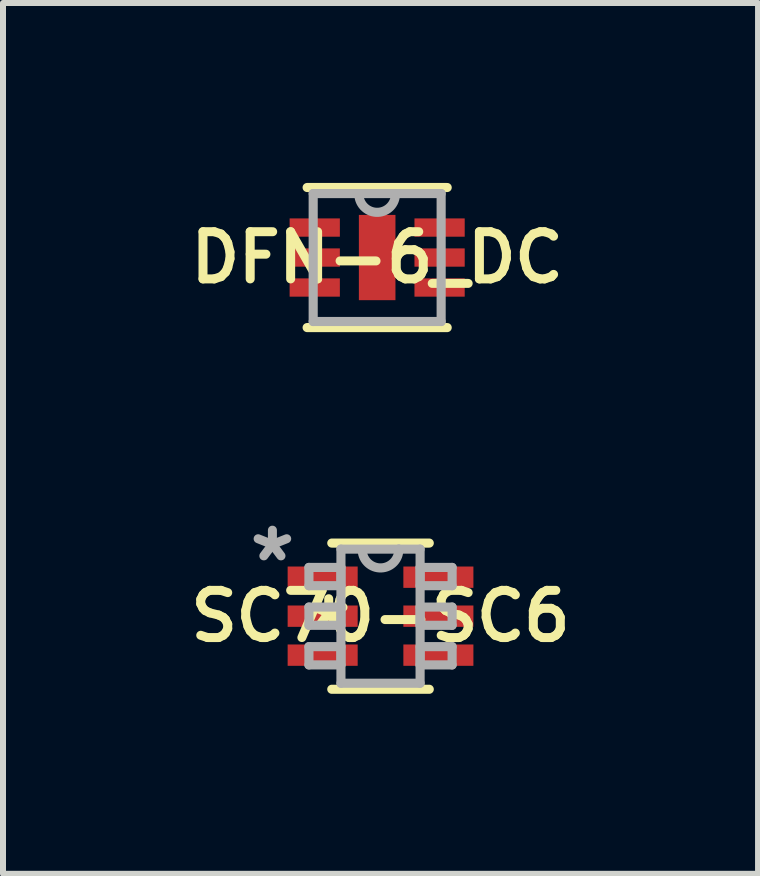
<source format=kicad_pcb>
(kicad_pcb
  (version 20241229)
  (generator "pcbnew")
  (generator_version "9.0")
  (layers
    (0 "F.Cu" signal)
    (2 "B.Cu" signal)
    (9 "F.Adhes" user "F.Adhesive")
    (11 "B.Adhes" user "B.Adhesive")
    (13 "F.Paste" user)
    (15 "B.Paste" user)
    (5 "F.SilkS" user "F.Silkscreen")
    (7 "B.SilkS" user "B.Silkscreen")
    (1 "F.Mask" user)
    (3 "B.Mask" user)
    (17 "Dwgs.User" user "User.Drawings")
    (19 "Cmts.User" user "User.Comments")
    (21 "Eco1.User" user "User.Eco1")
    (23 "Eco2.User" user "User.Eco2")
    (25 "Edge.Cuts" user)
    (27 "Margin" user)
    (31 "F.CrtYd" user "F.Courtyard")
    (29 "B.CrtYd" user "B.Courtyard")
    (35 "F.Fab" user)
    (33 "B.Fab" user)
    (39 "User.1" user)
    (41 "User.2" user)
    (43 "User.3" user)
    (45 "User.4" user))
  (footprint "DFN-6_DC"
    (layer "F.Cu")
    (at 3.24 1.245)
    (property "Reference" "DFN-6_DC" (at 0 0 0) (layer "F.SilkS") (effects (font (size 0.787 0.787) (thickness 0.15))))
    (attr through_hole)
    (fp_line (start -1.168 1.168) (end 1.168 1.168) (stroke (width 0.152) (type solid)) (layer "F.SilkS"))
    (fp_line (start 1.168 -1.168) (end -1.168 -1.168) (stroke (width 0.152) (type solid)) (layer "F.SilkS"))
    (fp_poly (pts (xy -0.305 -0.711) (xy -0.305 0.711) (xy 0.305 0.711) (xy 0.305 -0.711)) (stroke (width 0.025) (type solid)) (fill yes) (layer "F.Paste"))
    (fp_line (start -1.067 -1.067) (end -1.067 1.067) (stroke (width 0.152) (type solid)) (layer "F.Fab"))
    (fp_line (start -1.067 1.067) (end 1.067 1.067) (stroke (width 0.152) (type solid)) (layer "F.Fab"))
    (fp_line (start 0.305 -1.067) (end -1.067 -1.067) (stroke (width 0.152) (type solid)) (layer "F.Fab"))
    (fp_line (start 1.067 -1.067) (end 0.305 -1.067) (stroke (width 0.152) (type solid)) (layer "F.Fab"))
    (fp_line (start 1.067 1.067) (end 1.067 -1.067) (stroke (width 0.152) (type solid)) (layer "F.Fab"))
    (fp_arc (start 0.3048 -1.0668) (mid 0.0127 -0.7493) (end -0.3048 -1.0414) (stroke (width 0.1524) (type solid)) (layer "F.Fab"))
    (pad "1" smd rect (at -1.041 -0.5) (size 0.838 0.305) (layers "F.Cu" "F.Mask" "F.Paste"))
    (pad "2" smd rect (at -1.041 0) (size 0.838 0.305) (layers "F.Cu" "F.Mask" "F.Paste"))
    (pad "3" smd rect (at -1.041 0.5) (size 0.838 0.305) (layers "F.Cu" "F.Mask" "F.Paste"))
    (pad "4" smd rect (at 1.041 0.5) (size 0.838 0.305) (layers "F.Cu" "F.Mask" "F.Paste"))
    (pad "5" smd rect (at 1.041 0) (size 0.838 0.305) (layers "F.Cu" "F.Mask" "F.Paste"))
    (pad "6" smd rect (at 1.041 -0.5) (size 0.838 0.305) (layers "F.Cu" "F.Mask" "F.Paste"))
    (pad "7" smd rect (at 0 0) (size 0.61 1.422) (layers "F.Cu" "F.Mask")))
  (footprint "SC70-SC6"
    (layer "F.Cu")
    (at 3.296 7.226)
    (property "Reference" "SC70-SC6" (at 0 0 0) (layer "F.SilkS") (effects (font (size 0.787 0.787) (thickness 0.15))))
    (attr through_hole)
    (fp_line (start -0.813 1.219) (end 0.813 1.219) (stroke (width 0.152) (type solid)) (layer "F.SilkS"))
    (fp_line (start 0.813 -1.219) (end -0.813 -1.219) (stroke (width 0.152) (type solid)) (layer "F.SilkS"))
    (fp_line (start -1.194 -0.813) (end -1.194 -0.508) (stroke (width 0.152) (type solid)) (layer "F.Fab"))
    (fp_line (start -1.194 -0.508) (end -0.66 -0.508) (stroke (width 0.152) (type solid)) (layer "F.Fab"))
    (fp_line (start -1.194 -0.152) (end -1.194 0.152) (stroke (width 0.152) (type solid)) (layer "F.Fab"))
    (fp_line (start -1.194 0.152) (end -0.66 0.152) (stroke (width 0.152) (type solid)) (layer "F.Fab"))
    (fp_line (start -1.194 0.508) (end -1.194 0.813) (stroke (width 0.152) (type solid)) (layer "F.Fab"))
    (fp_line (start -1.194 0.813) (end -0.66 0.813) (stroke (width 0.152) (type solid)) (layer "F.Fab"))
    (fp_line (start -0.66 -1.118) (end -0.66 1.118) (stroke (width 0.152) (type solid)) (layer "F.Fab"))
    (fp_line (start -0.66 -0.813) (end -1.194 -0.813) (stroke (width 0.152) (type solid)) (layer "F.Fab"))
    (fp_line (start -0.66 -0.508) (end -0.66 -0.813) (stroke (width 0.152) (type solid)) (layer "F.Fab"))
    (fp_line (start -0.66 -0.152) (end -1.194 -0.152) (stroke (width 0.152) (type solid)) (layer "F.Fab"))
    (fp_line (start -0.66 0.152) (end -0.66 -0.152) (stroke (width 0.152) (type solid)) (layer "F.Fab"))
    (fp_line (start -0.66 0.508) (end -1.194 0.508) (stroke (width 0.152) (type solid)) (layer "F.Fab"))
    (fp_line (start -0.66 0.813) (end -0.66 0.508) (stroke (width 0.152) (type solid)) (layer "F.Fab"))
    (fp_line (start -0.66 1.118) (end 0.66 1.118) (stroke (width 0.152) (type solid)) (layer "F.Fab"))
    (fp_line (start 0.305 -1.118) (end -0.66 -1.118) (stroke (width 0.152) (type solid)) (layer "F.Fab"))
    (fp_line (start 0.66 -1.118) (end 0.305 -1.118) (stroke (width 0.152) (type solid)) (layer "F.Fab"))
    (fp_line (start 0.66 -0.813) (end 0.66 -0.508) (stroke (width 0.152) (type solid)) (layer "F.Fab"))
    (fp_line (start 0.66 -0.508) (end 1.194 -0.508) (stroke (width 0.152) (type solid)) (layer "F.Fab"))
    (fp_line (start 0.66 -0.152) (end 0.66 0.152) (stroke (width 0.152) (type solid)) (layer "F.Fab"))
    (fp_line (start 0.66 0.152) (end 1.194 0.152) (stroke (width 0.152) (type solid)) (layer "F.Fab"))
    (fp_line (start 0.66 0.508) (end 0.66 0.813) (stroke (width 0.152) (type solid)) (layer "F.Fab"))
    (fp_line (start 0.66 0.813) (end 1.194 0.813) (stroke (width 0.152) (type solid)) (layer "F.Fab"))
    (fp_line (start 0.66 1.118) (end 0.66 -1.118) (stroke (width 0.152) (type solid)) (layer "F.Fab"))
    (fp_line (start 1.194 -0.813) (end 0.66 -0.813) (stroke (width 0.152) (type solid)) (layer "F.Fab"))
    (fp_line (start 1.194 -0.508) (end 1.194 -0.813) (stroke (width 0.152) (type solid)) (layer "F.Fab"))
    (fp_line (start 1.194 -0.152) (end 0.66 -0.152) (stroke (width 0.152) (type solid)) (layer "F.Fab"))
    (fp_line (start 1.194 0.152) (end 1.194 -0.152) (stroke (width 0.152) (type solid)) (layer "F.Fab"))
    (fp_line (start 1.194 0.508) (end 0.66 0.508) (stroke (width 0.152) (type solid)) (layer "F.Fab"))
    (fp_line (start 1.194 0.813) (end 1.194 0.508) (stroke (width 0.152) (type solid)) (layer "F.Fab"))
    (fp_arc (start 0.3048 -1.1176) (mid 0.0127 -0.8001) (end -0.3048 -1.0922) (stroke (width 0.1524) (type solid)) (layer "F.Fab"))
    (fp_text user "*" (at -0.864 0.254 0) (layer "F.SilkS") (effects (font (size 1 1) (thickness 0.15))))
    (fp_text user "*" (at -1.803 -0.889 0) (layer "F.Fab") (effects (font (size 1 1) (thickness 0.15))))
    (pad "1" smd rect (at -0.965 -0.65) (size 1.168 0.356) (layers "F.Cu" "F.Mask" "F.Paste"))
    (pad "2" smd rect (at -0.965 0) (size 1.168 0.356) (layers "F.Cu" "F.Mask" "F.Paste"))
    (pad "3" smd rect (at -0.965 0.65) (size 1.168 0.356) (layers "F.Cu" "F.Mask" "F.Paste"))
    (pad "4" smd rect (at 0.965 0.65) (size 1.168 0.356) (layers "F.Cu" "F.Mask" "F.Paste"))
    (pad "5" smd rect (at 0.965 0) (size 1.168 0.356) (layers "F.Cu" "F.Mask" "F.Paste"))
    (pad "6" smd rect (at 0.965 -0.65) (size 1.168 0.356) (layers "F.Cu" "F.Mask" "F.Paste")))
  (gr_rect
    (start -3 -3)
    (end 9.592 11.522)
    (stroke (width 0.1) (type default))
    (fill no)
    (layer "Edge.Cuts")))
</source>
